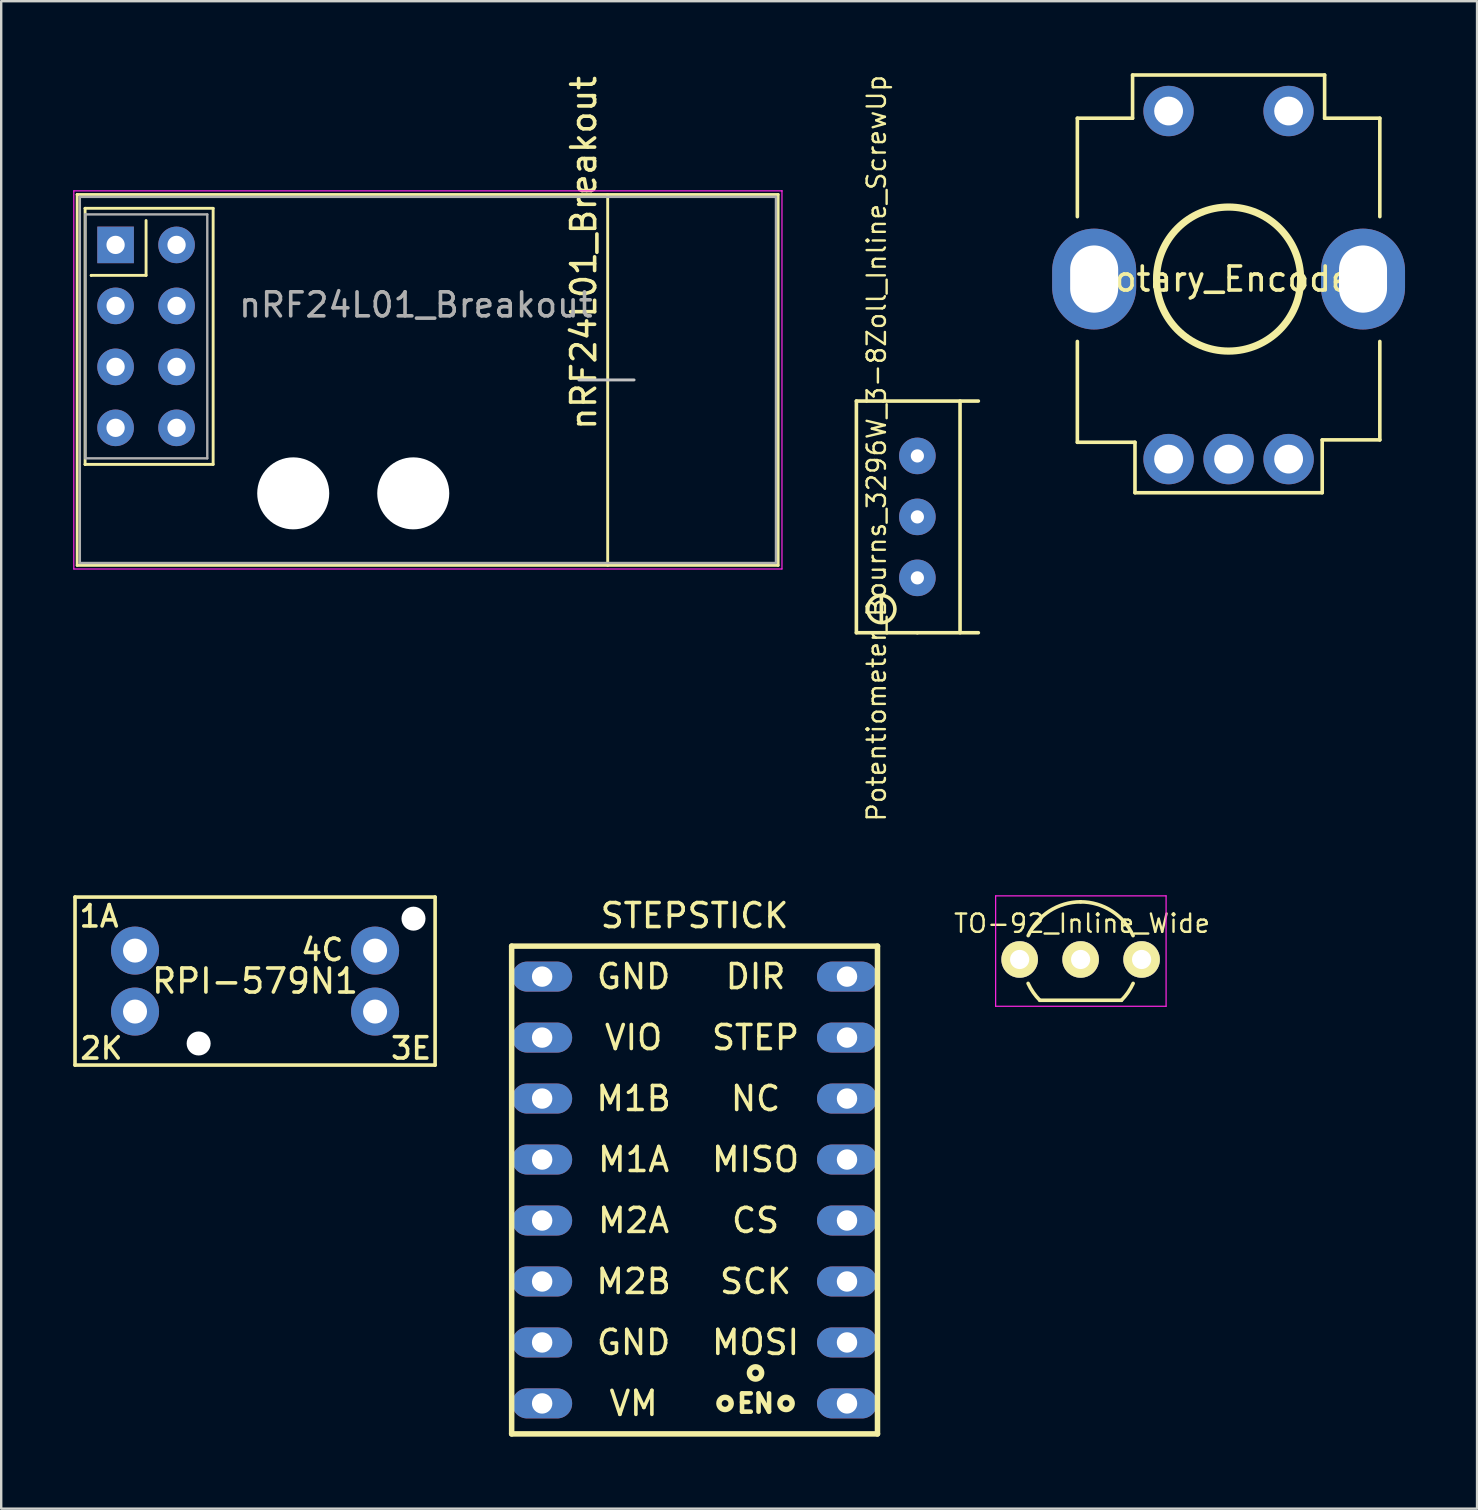
<source format=kicad_pcb>
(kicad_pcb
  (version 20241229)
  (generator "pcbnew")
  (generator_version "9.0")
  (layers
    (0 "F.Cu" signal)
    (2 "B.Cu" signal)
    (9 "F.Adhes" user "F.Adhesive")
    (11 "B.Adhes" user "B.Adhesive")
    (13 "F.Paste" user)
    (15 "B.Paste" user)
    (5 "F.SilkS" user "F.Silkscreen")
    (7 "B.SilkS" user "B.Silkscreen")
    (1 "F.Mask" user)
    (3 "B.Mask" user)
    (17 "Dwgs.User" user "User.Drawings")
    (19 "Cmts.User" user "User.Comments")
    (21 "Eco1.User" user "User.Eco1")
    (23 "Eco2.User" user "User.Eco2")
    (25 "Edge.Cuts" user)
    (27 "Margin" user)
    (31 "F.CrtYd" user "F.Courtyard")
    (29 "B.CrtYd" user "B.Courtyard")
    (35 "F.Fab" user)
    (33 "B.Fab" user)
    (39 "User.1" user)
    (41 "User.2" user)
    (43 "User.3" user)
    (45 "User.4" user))
  (footprint "Rotary_Encoder"
    (layer "F.Cu")
    (at 48.13 8.575)
    (property "Reference" "Rotary_Encoder" (at 0 0 0) (layer "F.SilkS") (effects (font (size 1 1) (thickness 0.15))))
    (attr through_hole)
    (fp_line (start -6.3 -6.7) (end -6.3 -2.6) (stroke (width 0.15) (type solid)) (layer "F.SilkS"))
    (fp_line (start -6.3 -6.7) (end -4 -6.7) (stroke (width 0.15) (type solid)) (layer "F.SilkS"))
    (fp_line (start -6.3 6.8) (end -6.3 2.6) (stroke (width 0.15) (type solid)) (layer "F.SilkS"))
    (fp_line (start -6.3 6.8) (end -3.9 6.8) (stroke (width 0.15) (type solid)) (layer "F.SilkS"))
    (fp_line (start -4 -8.5) (end 4 -8.5) (stroke (width 0.15) (type solid)) (layer "F.SilkS"))
    (fp_line (start -4 -6.7) (end -4 -8.5) (stroke (width 0.15) (type solid)) (layer "F.SilkS"))
    (fp_line (start -3.9 6.8) (end -3.9 8.9) (stroke (width 0.15) (type solid)) (layer "F.SilkS"))
    (fp_line (start -3.9 8.9) (end 3.9 8.9) (stroke (width 0.15) (type solid)) (layer "F.SilkS"))
    (fp_line (start 3.9 6.7) (end 3.9 8.9) (stroke (width 0.15) (type solid)) (layer "F.SilkS"))
    (fp_line (start 4 -8.5) (end 4 -6.7) (stroke (width 0.15) (type solid)) (layer "F.SilkS"))
    (fp_line (start 4 -6.7) (end 6.3 -6.7) (stroke (width 0.15) (type solid)) (layer "F.SilkS"))
    (fp_line (start 6.3 -6.7) (end 6.3 -2.6) (stroke (width 0.15) (type solid)) (layer "F.SilkS"))
    (fp_line (start 6.3 2.6) (end 6.3 6.7) (stroke (width 0.15) (type solid)) (layer "F.SilkS"))
    (fp_line (start 6.3 6.7) (end 3.9 6.7) (stroke (width 0.15) (type solid)) (layer "F.SilkS"))
    (fp_circle (center 0 0) (end 3 0) (stroke (width 0.3) (type solid)) (fill no) (layer "F.SilkS"))
    (pad "" thru_hole oval (at -5.6 0) (size 3.5 4.2) (drill oval 2 2.8) (layers "*.Cu" "*.Mask"))
    (pad "" thru_hole oval (at 5.6 0) (size 3.5 4.2) (drill oval 2 2.8) (layers "*.Cu" "*.Mask"))
    (pad "1" thru_hole circle (at -2.5 7.5) (size 2.1 2.1) (drill 1.2) (layers "*.Cu" "*.Mask"))
    (pad "2" thru_hole circle (at 0 7.5) (size 2.1 2.1) (drill 1.2) (layers "*.Cu" "*.Mask"))
    (pad "3" thru_hole circle (at 2.5 7.5) (size 2.1 2.1) (drill 1.2) (layers "*.Cu" "*.Mask"))
    (pad "4" thru_hole circle (at -2.5 -7) (size 2.1 2.1) (drill 1.2) (layers "*.Cu" "*.Mask"))
    (pad "5" thru_hole circle (at 2.5 -7) (size 2.1 2.1) (drill 1.2) (layers "*.Cu" "*.Mask")))
  (footprint "Potentiometer_Bourns_3296W_3-8Zoll_Inline_ScrewUp"
    (layer "F.Cu")
    (at 35.165 21.022)
    (property "Reference" "Potentiometer_Bourns_3296W_3-8Zoll_Inline_ScrewUp" (at -1.7 -5.4 90) (layer "F.SilkS") (effects (font (size 0.762 0.762) (thickness 0.1))))
    (attr through_hole)
    (fp_line (start -2.54 -7.366) (end 2.54 -7.366) (stroke (width 0.15) (type solid)) (layer "F.SilkS"))
    (fp_line (start -2.54 2.286) (end -2.54 -7.366) (stroke (width 0.15) (type solid)) (layer "F.SilkS"))
    (fp_line (start -1.5 0.8) (end -1.5 1.8) (stroke (width 0.15) (type solid)) (layer "F.SilkS"))
    (fp_line (start -1.27 2.286) (end -2.54 2.286) (stroke (width 0.15) (type solid)) (layer "F.SilkS"))
    (fp_line (start 0 2.286) (end -1.27 2.286) (stroke (width 0.15) (type solid)) (layer "F.SilkS"))
    (fp_line (start 1.778 -7.366) (end 1.778 2.286) (stroke (width 0.15) (type solid)) (layer "F.SilkS"))
    (fp_line (start 2.54 2.286) (end 0 2.286) (stroke (width 0.15) (type solid)) (layer "F.SilkS"))
    (fp_circle (center -1.5 1.3) (end -1.1 1.7) (stroke (width 0.15) (type solid)) (fill no) (layer "F.SilkS"))
    (pad "1" thru_hole circle (at 0 0) (size 1.524 1.524) (drill 0.55) (layers "*.Cu" "*.Mask"))
    (pad "2" thru_hole circle (at 0 -2.54) (size 1.524 1.524) (drill 0.55) (layers "*.Cu" "*.Mask"))
    (pad "3" thru_hole circle (at 0 -5.08) (size 1.524 1.524) (drill 0.55) (layers "*.Cu" "*.Mask")))
  (footprint "RPI-579N1"
    (layer "F.Cu")
    (at 7.575 37.819)
    (property "Reference" "RPI-579N1" (at 0 0 0) (layer "F.SilkS") (effects (font (size 1 1) (thickness 0.15))))
    (attr through_hole)
    (fp_line (start -7.5 -3.5) (end -7.5 3.5) (stroke (width 0.15) (type solid)) (layer "F.SilkS"))
    (fp_line (start -7.5 3.5) (end 7.5 3.5) (stroke (width 0.15) (type solid)) (layer "F.SilkS"))
    (fp_line (start 7.5 -3.5) (end -7.5 -3.5) (stroke (width 0.15) (type solid)) (layer "F.SilkS"))
    (fp_line (start 7.5 3.5) (end 7.5 -3.5) (stroke (width 0.15) (type solid)) (layer "F.SilkS"))
    (fp_text user "4C" (at 2.8 -1.3 0) (layer "F.SilkS") (effects (font (size 0.889 0.889) (thickness 0.15))))
    (fp_text user "3E" (at 6.5 2.8 0) (layer "F.SilkS") (effects (font (size 0.889 0.889) (thickness 0.15))))
    (fp_text user "1A" (at -6.5 -2.7 0) (layer "F.SilkS") (effects (font (size 0.889 0.889) (thickness 0.15))))
    (fp_text user "2K" (at -6.4 2.8 0) (layer "F.SilkS") (effects (font (size 0.889 0.889) (thickness 0.15))))
    (pad "" np_thru_hole circle (at -2.35 2.6) (size 1 1) (drill 1) (layers "*.Cu" "*.Mask"))
    (pad "" np_thru_hole circle (at 6.6 -2.6) (size 1 1) (drill 1) (layers "*.Cu" "*.Mask"))
    (pad "1" thru_hole circle (at -5 -1.27) (size 2 2) (drill 1) (layers "*.Cu" "*.Mask"))
    (pad "2" thru_hole circle (at -5 1.27) (size 2 2) (drill 1) (layers "*.Cu" "*.Mask"))
    (pad "3" thru_hole circle (at 5 1.27) (size 2 2) (drill 1) (layers "*.Cu" "*.Mask"))
    (pad "4" thru_hole circle (at 5 -1.27) (size 2 2) (drill 1) (layers "*.Cu" "*.Mask")))
  (footprint "nRF24L01_Breakout"
    (layer "F.Cu")
    (at 22.265 12.782)
    (property "Reference" "nRF24L01_Breakout" (at -1 -5.3 270) (layer "F.SilkS") (effects (font (size 1 1) (thickness 0.15))))
    (attr through_hole)
    (fp_line (start -22.1 -7.73) (end -22.1 -7.73) (stroke (width 0.12) (type solid)) (layer "F.SilkS"))
    (fp_line (start -22.1 -7.73) (end 7.1 -7.73) (stroke (width 0.12) (type solid)) (layer "F.SilkS"))
    (fp_line (start -22.1 7.72) (end -22.1 -7.73) (stroke (width 0.12) (type solid)) (layer "F.SilkS"))
    (fp_line (start -21.77 -7.154) (end -21.77 -7.154) (stroke (width 0.12) (type solid)) (layer "F.SilkS"))
    (fp_line (start -21.77 -7.154) (end -16.436 -7.154) (stroke (width 0.12) (type solid)) (layer "F.SilkS"))
    (fp_line (start -21.77 3.514) (end -21.77 -7.154) (stroke (width 0.12) (type solid)) (layer "F.SilkS"))
    (fp_line (start -21.77 3.514) (end -21.77 3.514) (stroke (width 0.12) (type solid)) (layer "F.SilkS"))
    (fp_line (start -21.516 -4.36) (end -21.516 -4.36) (stroke (width 0.12) (type solid)) (layer "F.SilkS"))
    (fp_line (start -19.23 -6.646) (end -19.23 -4.36) (stroke (width 0.12) (type solid)) (layer "F.SilkS"))
    (fp_line (start -19.23 -4.36) (end -21.516 -4.36) (stroke (width 0.12) (type solid)) (layer "F.SilkS"))
    (fp_line (start -16.436 -7.154) (end -16.436 3.514) (stroke (width 0.12) (type solid)) (layer "F.SilkS"))
    (fp_line (start -16.436 3.514) (end -21.77 3.514) (stroke (width 0.12) (type solid)) (layer "F.SilkS"))
    (fp_line (start 0 -7.73) (end 0 7.72) (stroke (width 0.12) (type solid)) (layer "F.SilkS"))
    (fp_line (start 7.1 -7.73) (end 7.1 7.72) (stroke (width 0.12) (type solid)) (layer "F.SilkS"))
    (fp_line (start 7.1 7.72) (end -22.1 7.72) (stroke (width 0.12) (type solid)) (layer "F.SilkS"))
    (fp_line (start 1.1 -0.005) (end -1.2 -0.005) (stroke (width 0.12) (type solid)) (layer "Dwgs.User"))
    (fp_line (start -22.24 -7.88) (end -22.24 7.87) (stroke (width 0.05) (type solid)) (layer "F.CrtYd"))
    (fp_line (start -22.24 7.87) (end 7.26 7.87) (stroke (width 0.05) (type solid)) (layer "F.CrtYd"))
    (fp_line (start 7.26 -7.88) (end -22.24 -7.88) (stroke (width 0.05) (type solid)) (layer "F.CrtYd"))
    (fp_line (start 7.26 -7.88) (end 7.26 -7.88) (stroke (width 0.05) (type solid)) (layer "F.CrtYd"))
    (fp_line (start 7.26 7.87) (end 7.26 -7.88) (stroke (width 0.05) (type solid)) (layer "F.CrtYd"))
    (fp_line (start -21.99 -7.63) (end -21.99 -7.63) (stroke (width 0.1) (type solid)) (layer "F.Fab"))
    (fp_line (start -21.99 -7.63) (end 7.01 -7.63) (stroke (width 0.1) (type solid)) (layer "F.Fab"))
    (fp_line (start -21.99 7.62) (end -21.99 -7.63) (stroke (width 0.1) (type solid)) (layer "F.Fab"))
    (fp_line (start -21.76 -6.9) (end -21.76 -6.9) (stroke (width 0.1) (type solid)) (layer "F.Fab"))
    (fp_line (start -21.76 -6.9) (end -16.68 -6.9) (stroke (width 0.1) (type solid)) (layer "F.Fab"))
    (fp_line (start -21.76 3.26) (end -21.76 -6.9) (stroke (width 0.1) (type solid)) (layer "F.Fab"))
    (fp_line (start -16.68 -6.9) (end -16.68 3.26) (stroke (width 0.1) (type solid)) (layer "F.Fab"))
    (fp_line (start -16.68 3.26) (end -21.76 3.26) (stroke (width 0.1) (type solid)) (layer "F.Fab"))
    (fp_line (start 7.01 -7.63) (end 7.01 7.62) (stroke (width 0.1) (type solid)) (layer "F.Fab"))
    (fp_line (start 7.01 7.62) (end -21.99 7.62) (stroke (width 0.1) (type solid)) (layer "F.Fab"))
    (fp_text user "${REFERENCE}" (at -7.99 -3.13 0) (layer "F.Fab") (effects (font (size 1 1) (thickness 0.15))))
    (pad "" np_thru_hole circle (at -13.1 4.72) (size 3 3) (drill 3) (layers "*.Cu" "*.Mask"))
    (pad "" np_thru_hole circle (at -8.1 4.72) (size 3 3) (drill 3) (layers "*.Cu" "*.Mask"))
    (pad "1" thru_hole rect (at -20.5 -5.63) (size 1.524 1.524) (drill 0.762) (layers "*.Cu" "*.Mask"))
    (pad "2" thru_hole circle (at -17.96 -5.63) (size 1.524 1.524) (drill 0.762) (layers "*.Cu" "*.Mask"))
    (pad "3" thru_hole circle (at -20.5 -3.09) (size 1.524 1.524) (drill 0.762) (layers "*.Cu" "*.Mask"))
    (pad "4" thru_hole circle (at -17.96 -3.09) (size 1.524 1.524) (drill 0.762) (layers "*.Cu" "*.Mask"))
    (pad "5" thru_hole circle (at -20.5 -0.55) (size 1.524 1.524) (drill 0.762) (layers "*.Cu" "*.Mask"))
    (pad "6" thru_hole circle (at -17.96 -0.55) (size 1.524 1.524) (drill 0.762) (layers "*.Cu" "*.Mask"))
    (pad "7" thru_hole circle (at -20.5 1.99) (size 1.524 1.524) (drill 0.762) (layers "*.Cu" "*.Mask"))
    (pad "8" thru_hole circle (at -17.96 1.99) (size 1.524 1.524) (drill 0.762) (layers "*.Cu" "*.Mask")))
  (footprint "STEPSTICK"
    (layer "F.Cu")
    (at 25.884 46.523)
    (property "Reference" "STEPSTICK" (at 0 -11.43 0) (layer "F.SilkS") (effects (font (size 1 1) (thickness 0.15))))
    (attr through_hole)
    (fp_line (start -7.62 -10.16) (end -7.62 10.16) (stroke (width 0.229) (type solid)) (layer "F.SilkS"))
    (fp_line (start -7.62 10.16) (end 7.62 10.16) (stroke (width 0.229) (type solid)) (layer "F.SilkS"))
    (fp_line (start 7.62 -10.16) (end -7.62 -10.16) (stroke (width 0.229) (type solid)) (layer "F.SilkS"))
    (fp_line (start 7.62 10.16) (end 7.62 -10.16) (stroke (width 0.229) (type solid)) (layer "F.SilkS"))
    (fp_circle (center 1.27 8.89) (end 1.27 8.636) (stroke (width 0.229) (type solid)) (fill no) (layer "F.SilkS"))
    (fp_circle (center 2.54 7.62) (end 2.54 7.366) (stroke (width 0.229) (type solid)) (fill no) (layer "F.SilkS"))
    (fp_circle (center 3.81 8.89) (end 3.81 8.636) (stroke (width 0.229) (type solid)) (fill no) (layer "F.SilkS"))
    (fp_text user "NC" (at 2.54 -3.81 0) (layer "F.SilkS") (effects (font (size 1 1) (thickness 0.15))))
    (fp_text user "VIO" (at -2.54 -6.35 0) (layer "F.SilkS") (effects (font (size 1 1) (thickness 0.15))))
    (fp_text user "GND" (at -2.54 6.35 0) (layer "F.SilkS") (effects (font (size 1 1) (thickness 0.15))))
    (fp_text user "STEP" (at 2.54 -6.35 0) (layer "F.SilkS") (effects (font (size 1 1) (thickness 0.15))))
    (fp_text user "MISO" (at 2.54 -1.27 0) (layer "F.SilkS") (effects (font (size 1 1) (thickness 0.15))))
    (fp_text user "VM" (at -2.54 8.89 0) (layer "F.SilkS") (effects (font (size 1 1) (thickness 0.15))))
    (fp_text user "M1A" (at -2.54 -1.27 0) (layer "F.SilkS") (effects (font (size 1 1) (thickness 0.15))))
    (fp_text user "M1B" (at -2.54 -3.81 0) (layer "F.SilkS") (effects (font (size 1 1) (thickness 0.15))))
    (fp_text user "M2A" (at -2.54 1.27 0) (layer "F.SilkS") (effects (font (size 1 1) (thickness 0.15))))
    (fp_text user "GND" (at -2.54 -8.89 0) (layer "F.SilkS") (effects (font (size 1 1) (thickness 0.15))))
    (fp_text user "CS" (at 2.54 1.27 0) (layer "F.SilkS") (effects (font (size 1 1) (thickness 0.15))))
    (fp_text user "MOSI" (at 2.54 6.35 0) (layer "F.SilkS") (effects (font (size 1 1) (thickness 0.15))))
    (fp_text user "M2B" (at -2.54 3.81 0) (layer "F.SilkS") (effects (font (size 1 1) (thickness 0.15))))
    (fp_text user "SCK" (at 2.54 3.81 0) (layer "F.SilkS") (effects (font (size 1 1) (thickness 0.15))))
    (fp_text user "EN" (at 2.54 8.89 0) (layer "F.SilkS") (effects (font (size 0.762 0.762) (thickness 0.191))))
    (fp_text user "DIR" (at 2.54 -8.89 0) (layer "F.SilkS") (effects (font (size 1 1) (thickness 0.15))))
    (pad "1" thru_hole oval (at 6.35 -8.89) (size 2.5 1.25) (drill 0.85) (layers "*.Cu" "*.Mask"))
    (pad "2" thru_hole oval (at 6.35 -6.35) (size 2.5 1.25) (drill 0.85) (layers "*.Cu" "*.Mask"))
    (pad "3" thru_hole oval (at 6.35 -3.81) (size 2.5 1.25) (drill 0.85) (layers "*.Cu" "*.Mask"))
    (pad "4" thru_hole oval (at 6.35 -1.27) (size 2.5 1.25) (drill 0.85) (layers "*.Cu" "*.Mask"))
    (pad "5" thru_hole oval (at 6.35 1.27) (size 2.5 1.25) (drill 0.85) (layers "*.Cu" "*.Mask"))
    (pad "6" thru_hole oval (at 6.35 3.81) (size 2.5 1.25) (drill 0.85) (layers "*.Cu" "*.Mask"))
    (pad "7" thru_hole oval (at 6.35 6.35) (size 2.5 1.25) (drill 0.85) (layers "*.Cu" "*.Mask"))
    (pad "8" thru_hole oval (at 6.35 8.89) (size 2.5 1.25) (drill 0.85) (layers "*.Cu" "*.Mask"))
    (pad "9" thru_hole oval (at -6.35 8.89) (size 2.5 1.25) (drill 0.85) (layers "*.Cu" "*.Mask"))
    (pad "10" thru_hole oval (at -6.35 6.35) (size 2.5 1.25) (drill 0.85) (layers "*.Cu" "*.Mask"))
    (pad "11" thru_hole oval (at -6.35 3.81) (size 2.5 1.25) (drill 0.85) (layers "*.Cu" "*.Mask"))
    (pad "12" thru_hole oval (at -6.35 1.27) (size 2.5 1.25) (drill 0.85) (layers "*.Cu" "*.Mask"))
    (pad "13" thru_hole oval (at -6.35 -1.27) (size 2.5 1.25) (drill 0.85) (layers "*.Cu" "*.Mask"))
    (pad "14" thru_hole oval (at -6.35 -3.81) (size 2.5 1.25) (drill 0.85) (layers "*.Cu" "*.Mask"))
    (pad "15" thru_hole oval (at -6.35 -6.35) (size 2.5 1.25) (drill 0.85) (layers "*.Cu" "*.Mask"))
    (pad "16" thru_hole oval (at -6.35 -8.89) (size 2.5 1.25) (drill 0.85) (layers "*.Cu" "*.Mask")))
  (footprint "TO-92_Inline_Wide"
    (layer "F.Cu")
    (at 39.426 36.919)
    (property "Reference" "TO-92_Inline_Wide" (at 2.6 -1.5 0) (layer "F.SilkS") (effects (font (size 0.762 0.762) (thickness 0.1))))
    (attr through_hole)
    (fp_line (start 0.84 1.7) (end 4.24 1.7) (stroke (width 0.15) (type solid)) (layer "F.SilkS"))
    (fp_arc (start 0.355121 -0.993127) (mid 1.240675 -2.017858) (end 2.54 -2.4) (stroke (width 0.15) (type solid)) (layer "F.SilkS"))
    (fp_arc (start 0.84 1.7) (mid 0.564627 1.370365) (end 0.352305 0.99699) (stroke (width 0.15) (type solid)) (layer "F.SilkS"))
    (fp_arc (start 2.54 -2.4) (mid 3.839326 -2.017858) (end 4.724879 -0.993127) (stroke (width 0.15) (type solid)) (layer "F.SilkS"))
    (fp_arc (start 4.727695 0.99699) (mid 4.515373 1.370365) (end 4.24 1.7) (stroke (width 0.15) (type solid)) (layer "F.SilkS"))
    (fp_line (start -1 -2.65) (end 6.1 -2.65) (stroke (width 0.05) (type solid)) (layer "F.CrtYd"))
    (fp_line (start -1 1.95) (end -1 -2.65) (stroke (width 0.05) (type solid)) (layer "F.CrtYd"))
    (fp_line (start -1 1.95) (end 6.1 1.95) (stroke (width 0.05) (type solid)) (layer "F.CrtYd"))
    (fp_line (start 6.1 1.95) (end 6.1 -2.65) (stroke (width 0.05) (type solid)) (layer "F.CrtYd"))
    (pad "1" thru_hole circle (at 0 0 90) (size 1.524 1.524) (drill 0.8) (layers "*.Cu" "*.Mask" "F.SilkS"))
    (pad "2" thru_hole circle (at 2.54 0 90) (size 1.524 1.524) (drill 0.8) (layers "*.Cu" "*.Mask" "F.SilkS"))
    (pad "3" thru_hole circle (at 5.08 0 90) (size 1.524 1.524) (drill 0.8) (layers "*.Cu" "*.Mask" "F.SilkS")))
  (gr_rect
    (start -3 -3)
    (end 58.48 59.797)
    (stroke (width 0.1) (type default))
    (fill no)
    (layer "Edge.Cuts")))
</source>
